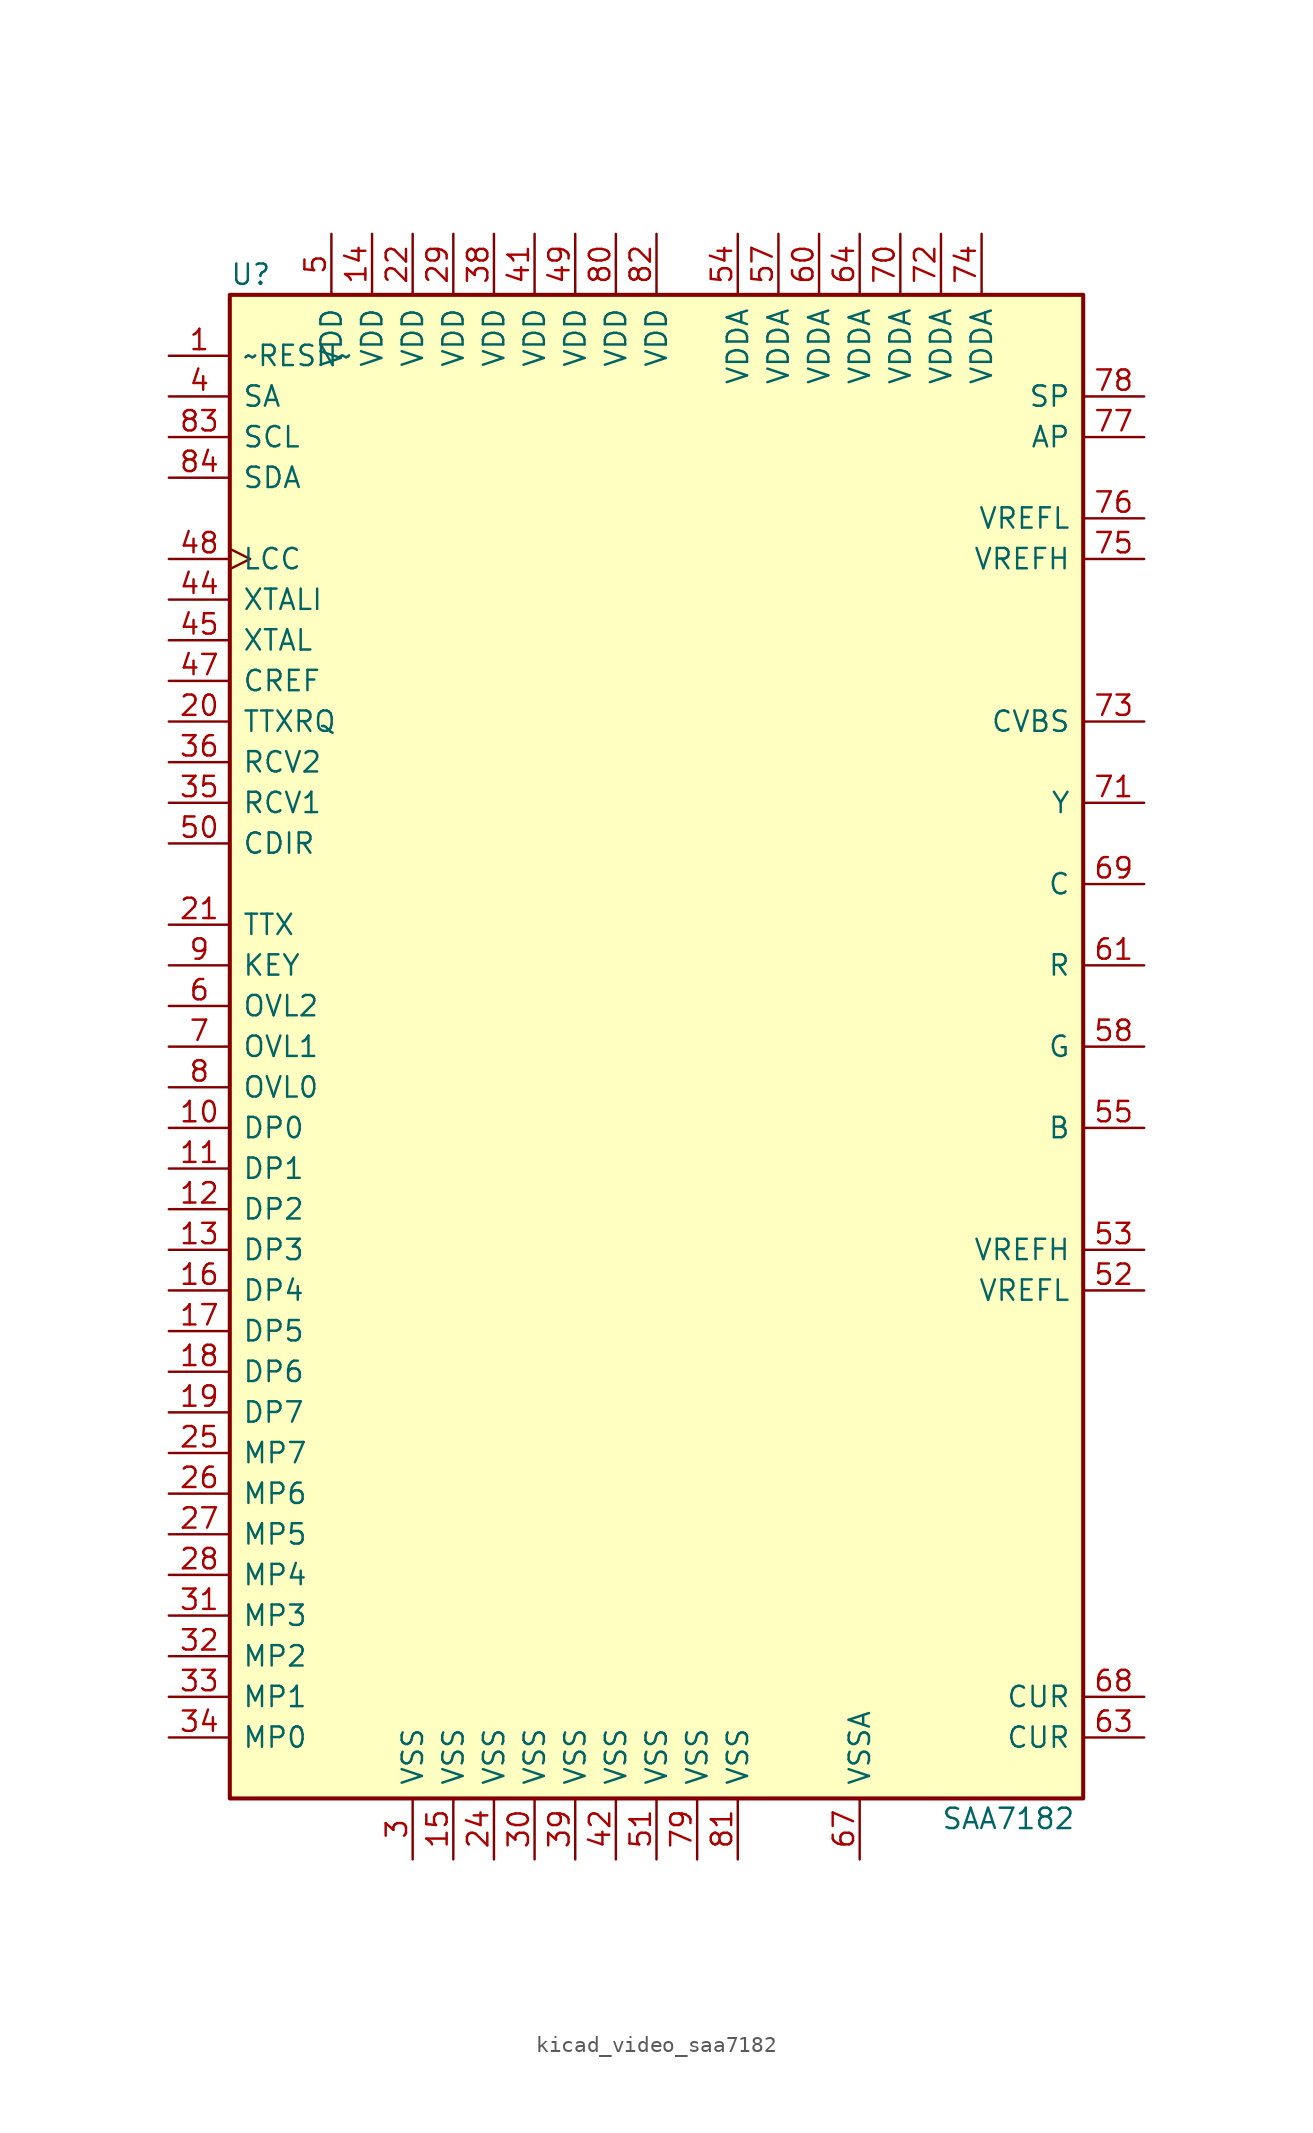
<source format=kicad_sym>
(kicad_symbol_lib
  (version 20220914)
  (generator kicad_symbol_editor)
  (symbol "kicad_video_saa7182"
    (pin_names
      (offset 0.762))
    (property "Reference" "U"
      (at -26.67 48.26 0)
      (effects (font (size 1.27 1.27)) (justify left)))
    (property "Value" "SAA7182"
      (at 17.78 -48.26 0)
      (effects (font (size 1.27 1.27)) (justify left)))
    (symbol "kicad_video_saa7182_0_1"
      (rectangle (start -26.67 -46.99) (end 26.67 46.99) (stroke (width 0.254) (type default)) (fill (type background))))
    (symbol "kicad_video_saa7182_1_1"
      (pin input line (at -30.48 43.18 0) (length 3.81) (name "~RESN~" (effects (font (size 1.27 1.27)))) (number "1" (effects (font (size 1.27 1.27)))))
      (pin input line (at -30.48 -5.08 0) (length 3.81) (name "DP0" (effects (font (size 1.27 1.27)))) (number "10" (effects (font (size 1.27 1.27)))))
      (pin input line (at -30.48 -7.62 0) (length 3.81) (name "DP1" (effects (font (size 1.27 1.27)))) (number "11" (effects (font (size 1.27 1.27)))))
      (pin input line (at -30.48 -10.16 0) (length 3.81) (name "DP2" (effects (font (size 1.27 1.27)))) (number "12" (effects (font (size 1.27 1.27)))))
      (pin input line (at -30.48 -12.7 0) (length 3.81) (name "DP3" (effects (font (size 1.27 1.27)))) (number "13" (effects (font (size 1.27 1.27)))))
      (pin power_in line (at -17.78 50.8 270) (length 3.81) (name "VDD" (effects (font (size 1.27 1.27)))) (number "14" (effects (font (size 1.27 1.27)))))
      (pin power_in line (at -12.7 -50.8 90) (length 3.81) (name "VSS" (effects (font (size 1.27 1.27)))) (number "15" (effects (font (size 1.27 1.27)))))
      (pin input line (at -30.48 -15.24 0) (length 3.81) (name "DP4" (effects (font (size 1.27 1.27)))) (number "16" (effects (font (size 1.27 1.27)))))
      (pin input line (at -30.48 -17.78 0) (length 3.81) (name "DP5" (effects (font (size 1.27 1.27)))) (number "17" (effects (font (size 1.27 1.27)))))
      (pin input line (at -30.48 -20.32 0) (length 3.81) (name "DP6" (effects (font (size 1.27 1.27)))) (number "18" (effects (font (size 1.27 1.27)))))
      (pin input line (at -30.48 -22.86 0) (length 3.81) (name "DP7" (effects (font (size 1.27 1.27)))) (number "19" (effects (font (size 1.27 1.27)))))
      (pin output line (at -30.48 20.32 0) (length 3.81) (name "TTXRQ" (effects (font (size 1.27 1.27)))) (number "20" (effects (font (size 1.27 1.27)))))
      (pin input line (at -30.48 7.62 0) (length 3.81) (name "TTX" (effects (font (size 1.27 1.27)))) (number "21" (effects (font (size 1.27 1.27)))))
      (pin power_in line (at -15.24 50.8 270) (length 3.81) (name "VDD" (effects (font (size 1.27 1.27)))) (number "22" (effects (font (size 1.27 1.27)))))
      (pin power_in line (at -10.16 -50.8 90) (length 3.81) (name "VSS" (effects (font (size 1.27 1.27)))) (number "24" (effects (font (size 1.27 1.27)))))
      (pin input line (at -30.48 -25.4 0) (length 3.81) (name "MP7" (effects (font (size 1.27 1.27)))) (number "25" (effects (font (size 1.27 1.27)))))
      (pin input line (at -30.48 -27.94 0) (length 3.81) (name "MP6" (effects (font (size 1.27 1.27)))) (number "26" (effects (font (size 1.27 1.27)))))
      (pin input line (at -30.48 -30.48 0) (length 3.81) (name "MP5" (effects (font (size 1.27 1.27)))) (number "27" (effects (font (size 1.27 1.27)))))
      (pin input line (at -30.48 -33.02 0) (length 3.81) (name "MP4" (effects (font (size 1.27 1.27)))) (number "28" (effects (font (size 1.27 1.27)))))
      (pin power_in line (at -12.7 50.8 270) (length 3.81) (name "VDD" (effects (font (size 1.27 1.27)))) (number "29" (effects (font (size 1.27 1.27)))))
      (pin power_in line (at -15.24 -50.8 90) (length 3.81) (name "VSS" (effects (font (size 1.27 1.27)))) (number "3" (effects (font (size 1.27 1.27)))))
      (pin power_in line (at -7.62 -50.8 90) (length 3.81) (name "VSS" (effects (font (size 1.27 1.27)))) (number "30" (effects (font (size 1.27 1.27)))))
      (pin input line (at -30.48 -35.56 0) (length 3.81) (name "MP3" (effects (font (size 1.27 1.27)))) (number "31" (effects (font (size 1.27 1.27)))))
      (pin input line (at -30.48 -38.1 0) (length 3.81) (name "MP2" (effects (font (size 1.27 1.27)))) (number "32" (effects (font (size 1.27 1.27)))))
      (pin input line (at -30.48 -40.64 0) (length 3.81) (name "MP1" (effects (font (size 1.27 1.27)))) (number "33" (effects (font (size 1.27 1.27)))))
      (pin input line (at -30.48 -43.18 0) (length 3.81) (name "MP0" (effects (font (size 1.27 1.27)))) (number "34" (effects (font (size 1.27 1.27)))))
      (pin bidirectional line (at -30.48 15.24 0) (length 3.81) (name "RCV1" (effects (font (size 1.27 1.27)))) (number "35" (effects (font (size 1.27 1.27)))))
      (pin bidirectional line (at -30.48 17.78 0) (length 3.81) (name "RCV2" (effects (font (size 1.27 1.27)))) (number "36" (effects (font (size 1.27 1.27)))))
      (pin power_in line (at -10.16 50.8 270) (length 3.81) (name "VDD" (effects (font (size 1.27 1.27)))) (number "38" (effects (font (size 1.27 1.27)))))
      (pin power_in line (at -5.08 -50.8 90) (length 3.81) (name "VSS" (effects (font (size 1.27 1.27)))) (number "39" (effects (font (size 1.27 1.27)))))
      (pin input line (at -30.48 40.64 0) (length 3.81) (name "SA" (effects (font (size 1.27 1.27)))) (number "4" (effects (font (size 1.27 1.27)))))
      (pin power_in line (at -7.62 50.8 270) (length 3.81) (name "VDD" (effects (font (size 1.27 1.27)))) (number "41" (effects (font (size 1.27 1.27)))))
      (pin power_in line (at -2.54 -50.8 90) (length 3.81) (name "VSS" (effects (font (size 1.27 1.27)))) (number "42" (effects (font (size 1.27 1.27)))))
      (pin input line (at -30.48 27.94 0) (length 3.81) (name "XTALI" (effects (font (size 1.27 1.27)))) (number "44" (effects (font (size 1.27 1.27)))))
      (pin output line (at -30.48 25.4 0) (length 3.81) (name "XTAL" (effects (font (size 1.27 1.27)))) (number "45" (effects (font (size 1.27 1.27)))))
      (pin bidirectional line (at -30.48 22.86 0) (length 3.81) (name "CREF" (effects (font (size 1.27 1.27)))) (number "47" (effects (font (size 1.27 1.27)))))
      (pin bidirectional clock (at -30.48 30.48 0) (length 3.81) (name "LCC" (effects (font (size 1.27 1.27)))) (number "48" (effects (font (size 1.27 1.27)))))
      (pin power_in line (at -5.08 50.8 270) (length 3.81) (name "VDD" (effects (font (size 1.27 1.27)))) (number "49" (effects (font (size 1.27 1.27)))))
      (pin power_in line (at -20.32 50.8 270) (length 3.81) (name "VDD" (effects (font (size 1.27 1.27)))) (number "5" (effects (font (size 1.27 1.27)))))
      (pin input line (at -30.48 12.7 0) (length 3.81) (name "CDIR" (effects (font (size 1.27 1.27)))) (number "50" (effects (font (size 1.27 1.27)))))
      (pin power_in line (at 0 -50.8 90) (length 3.81) (name "VSS" (effects (font (size 1.27 1.27)))) (number "51" (effects (font (size 1.27 1.27)))))
      (pin passive line (at 30.48 -15.24 180) (length 3.81) (name "VREFL" (effects (font (size 1.27 1.27)))) (number "52" (effects (font (size 1.27 1.27)))))
      (pin passive line (at 30.48 -12.7 180) (length 3.81) (name "VREFH" (effects (font (size 1.27 1.27)))) (number "53" (effects (font (size 1.27 1.27)))))
      (pin power_in line (at 5.08 50.8 270) (length 3.81) (name "VDDA" (effects (font (size 1.27 1.27)))) (number "54" (effects (font (size 1.27 1.27)))))
      (pin output line (at 30.48 -5.08 180) (length 3.81) (name "B" (effects (font (size 1.27 1.27)))) (number "55" (effects (font (size 1.27 1.27)))))
      (pin power_in line (at 7.62 50.8 270) (length 3.81) (name "VDDA" (effects (font (size 1.27 1.27)))) (number "57" (effects (font (size 1.27 1.27)))))
      (pin output line (at 30.48 0 180) (length 3.81) (name "G" (effects (font (size 1.27 1.27)))) (number "58" (effects (font (size 1.27 1.27)))))
      (pin input line (at -30.48 2.54 0) (length 3.81) (name "OVL2" (effects (font (size 1.27 1.27)))) (number "6" (effects (font (size 1.27 1.27)))))
      (pin power_in line (at 10.16 50.8 270) (length 3.81) (name "VDDA" (effects (font (size 1.27 1.27)))) (number "60" (effects (font (size 1.27 1.27)))))
      (pin output line (at 30.48 5.08 180) (length 3.81) (name "R" (effects (font (size 1.27 1.27)))) (number "61" (effects (font (size 1.27 1.27)))))
      (pin input line (at 30.48 -43.18 180) (length 3.81) (name "CUR" (effects (font (size 1.27 1.27)))) (number "63" (effects (font (size 1.27 1.27)))))
      (pin power_in line (at 12.7 50.8 270) (length 3.81) (name "VDDA" (effects (font (size 1.27 1.27)))) (number "64" (effects (font (size 1.27 1.27)))))
      (pin power_in line (at 12.7 -50.8 90) (length 3.81) (name "VSSA" (effects (font (size 1.27 1.27)))) (number "67" (effects (font (size 1.27 1.27)))))
      (pin input line (at 30.48 -40.64 180) (length 3.81) (name "CUR" (effects (font (size 1.27 1.27)))) (number "68" (effects (font (size 1.27 1.27)))))
      (pin output line (at 30.48 10.16 180) (length 3.81) (name "C" (effects (font (size 1.27 1.27)))) (number "69" (effects (font (size 1.27 1.27)))))
      (pin input line (at -30.48 0 0) (length 3.81) (name "OVL1" (effects (font (size 1.27 1.27)))) (number "7" (effects (font (size 1.27 1.27)))))
      (pin power_in line (at 15.24 50.8 270) (length 3.81) (name "VDDA" (effects (font (size 1.27 1.27)))) (number "70" (effects (font (size 1.27 1.27)))))
      (pin output line (at 30.48 15.24 180) (length 3.81) (name "Y" (effects (font (size 1.27 1.27)))) (number "71" (effects (font (size 1.27 1.27)))))
      (pin power_in line (at 17.78 50.8 270) (length 3.81) (name "VDDA" (effects (font (size 1.27 1.27)))) (number "72" (effects (font (size 1.27 1.27)))))
      (pin output line (at 30.48 20.32 180) (length 3.81) (name "CVBS" (effects (font (size 1.27 1.27)))) (number "73" (effects (font (size 1.27 1.27)))))
      (pin power_in line (at 20.32 50.8 270) (length 3.81) (name "VDDA" (effects (font (size 1.27 1.27)))) (number "74" (effects (font (size 1.27 1.27)))))
      (pin passive line (at 30.48 30.48 180) (length 3.81) (name "VREFH" (effects (font (size 1.27 1.27)))) (number "75" (effects (font (size 1.27 1.27)))))
      (pin passive line (at 30.48 33.02 180) (length 3.81) (name "VREFL" (effects (font (size 1.27 1.27)))) (number "76" (effects (font (size 1.27 1.27)))))
      (pin input line (at 30.48 38.1 180) (length 3.81) (name "AP" (effects (font (size 1.27 1.27)))) (number "77" (effects (font (size 1.27 1.27)))))
      (pin input line (at 30.48 40.64 180) (length 3.81) (name "SP" (effects (font (size 1.27 1.27)))) (number "78" (effects (font (size 1.27 1.27)))))
      (pin power_in line (at 2.54 -50.8 90) (length 3.81) (name "VSS" (effects (font (size 1.27 1.27)))) (number "79" (effects (font (size 1.27 1.27)))))
      (pin input line (at -30.48 -2.54 0) (length 3.81) (name "OVL0" (effects (font (size 1.27 1.27)))) (number "8" (effects (font (size 1.27 1.27)))))
      (pin power_in line (at -2.54 50.8 270) (length 3.81) (name "VDD" (effects (font (size 1.27 1.27)))) (number "80" (effects (font (size 1.27 1.27)))))
      (pin power_in line (at 5.08 -50.8 90) (length 3.81) (name "VSS" (effects (font (size 1.27 1.27)))) (number "81" (effects (font (size 1.27 1.27)))))
      (pin power_in line (at 0 50.8 270) (length 3.81) (name "VDD" (effects (font (size 1.27 1.27)))) (number "82" (effects (font (size 1.27 1.27)))))
      (pin input line (at -30.48 38.1 0) (length 3.81) (name "SCL" (effects (font (size 1.27 1.27)))) (number "83" (effects (font (size 1.27 1.27)))))
      (pin bidirectional line (at -30.48 35.56 0) (length 3.81) (name "SDA" (effects (font (size 1.27 1.27)))) (number "84" (effects (font (size 1.27 1.27)))))
      (pin input line (at -30.48 5.08 0) (length 3.81) (name "KEY" (effects (font (size 1.27 1.27)))) (number "9" (effects (font (size 1.27 1.27))))))))
</source>
